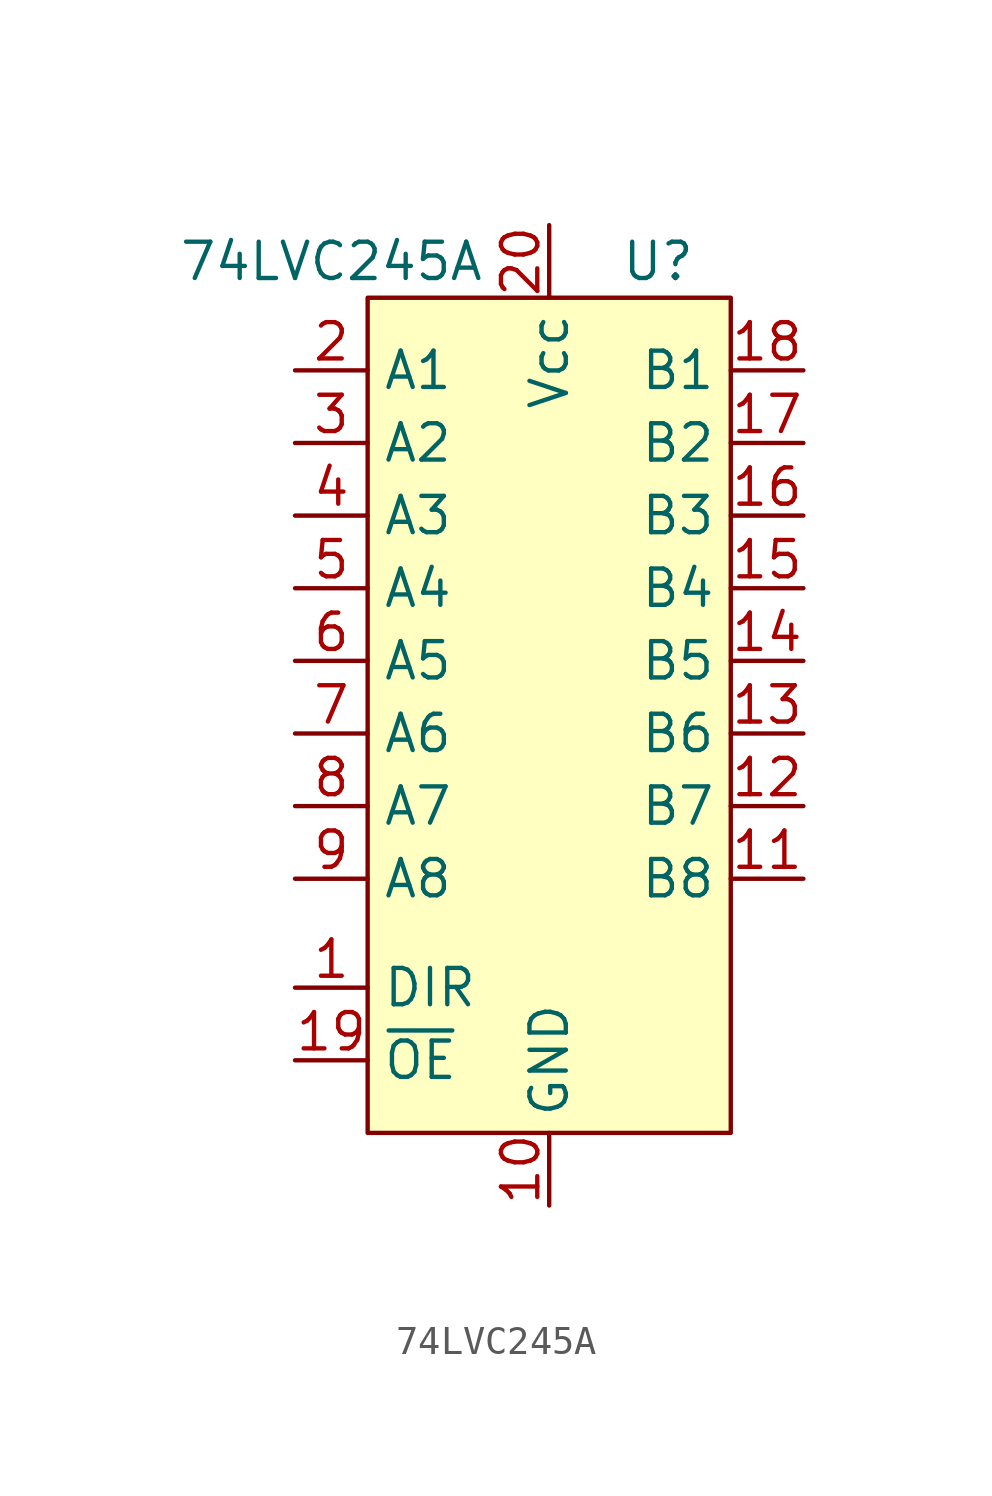
<source format=kicad_sym>
(kicad_symbol_lib
  (version 20220914)
  (generator kicad_symbol_editor)
  (symbol "74LVC245A"
    (property "Reference" "U"
      (at 3.81 3.81 0)
      (effects (font (size 1.27 1.27))))
    (property "Value" "74LVC245A"
      (at -7.62 3.81 0)
      (effects (font (size 1.27 1.27))))
    (symbol "74LVC245A_1_1"
      (rectangle (start -6.35 2.54) (end 6.35 -26.67) (stroke (width 0) (type default)) (fill (type background)))
      (pin input line (at -8.89 -21.59 0) (length 2.54) (name "DIR" (effects (font (size 1.27 1.27)))) (number "1" (effects (font (size 1.27 1.27)))))
      (pin power_in line (at 0 -29.21 90) (length 2.54) (name "GND" (effects (font (size 1.27 1.27)))) (number "10" (effects (font (size 1.27 1.27)))))
      (pin input line (at 8.89 -17.78 180) (length 2.54) (name "B8" (effects (font (size 1.27 1.27)))) (number "11" (effects (font (size 1.27 1.27)))))
      (pin input line (at 8.89 -15.24 180) (length 2.54) (name "B7" (effects (font (size 1.27 1.27)))) (number "12" (effects (font (size 1.27 1.27)))))
      (pin input line (at 8.89 -12.7 180) (length 2.54) (name "B6" (effects (font (size 1.27 1.27)))) (number "13" (effects (font (size 1.27 1.27)))))
      (pin input line (at 8.89 -10.16 180) (length 2.54) (name "B5" (effects (font (size 1.27 1.27)))) (number "14" (effects (font (size 1.27 1.27)))))
      (pin input line (at 8.89 -7.62 180) (length 2.54) (name "B4" (effects (font (size 1.27 1.27)))) (number "15" (effects (font (size 1.27 1.27)))))
      (pin input line (at 8.89 -5.08 180) (length 2.54) (name "B3" (effects (font (size 1.27 1.27)))) (number "16" (effects (font (size 1.27 1.27)))))
      (pin input line (at 8.89 -2.54 180) (length 2.54) (name "B2" (effects (font (size 1.27 1.27)))) (number "17" (effects (font (size 1.27 1.27)))))
      (pin input line (at 8.89 0 180) (length 2.54) (name "B1" (effects (font (size 1.27 1.27)))) (number "18" (effects (font (size 1.27 1.27)))))
      (pin input line (at -8.89 -24.13 0) (length 2.54) (name "~{OE}" (effects (font (size 1.27 1.27)))) (number "19" (effects (font (size 1.27 1.27)))))
      (pin input line (at -8.89 0 0) (length 2.54) (name "A1" (effects (font (size 1.27 1.27)))) (number "2" (effects (font (size 1.27 1.27)))))
      (pin power_in line (at 0 5.08 270) (length 2.54) (name "Vcc" (effects (font (size 1.27 1.27)))) (number "20" (effects (font (size 1.27 1.27)))))
      (pin input line (at -8.89 -2.54 0) (length 2.54) (name "A2" (effects (font (size 1.27 1.27)))) (number "3" (effects (font (size 1.27 1.27)))))
      (pin input line (at -8.89 -5.08 0) (length 2.54) (name "A3" (effects (font (size 1.27 1.27)))) (number "4" (effects (font (size 1.27 1.27)))))
      (pin input line (at -8.89 -7.62 0) (length 2.54) (name "A4" (effects (font (size 1.27 1.27)))) (number "5" (effects (font (size 1.27 1.27)))))
      (pin input line (at -8.89 -10.16 0) (length 2.54) (name "A5" (effects (font (size 1.27 1.27)))) (number "6" (effects (font (size 1.27 1.27)))))
      (pin input line (at -8.89 -12.7 0) (length 2.54) (name "A6" (effects (font (size 1.27 1.27)))) (number "7" (effects (font (size 1.27 1.27)))))
      (pin input line (at -8.89 -15.24 0) (length 2.54) (name "A7" (effects (font (size 1.27 1.27)))) (number "8" (effects (font (size 1.27 1.27)))))
      (pin input line (at -8.89 -17.78 0) (length 2.54) (name "A8" (effects (font (size 1.27 1.27)))) (number "9" (effects (font (size 1.27 1.27))))))))
</source>
